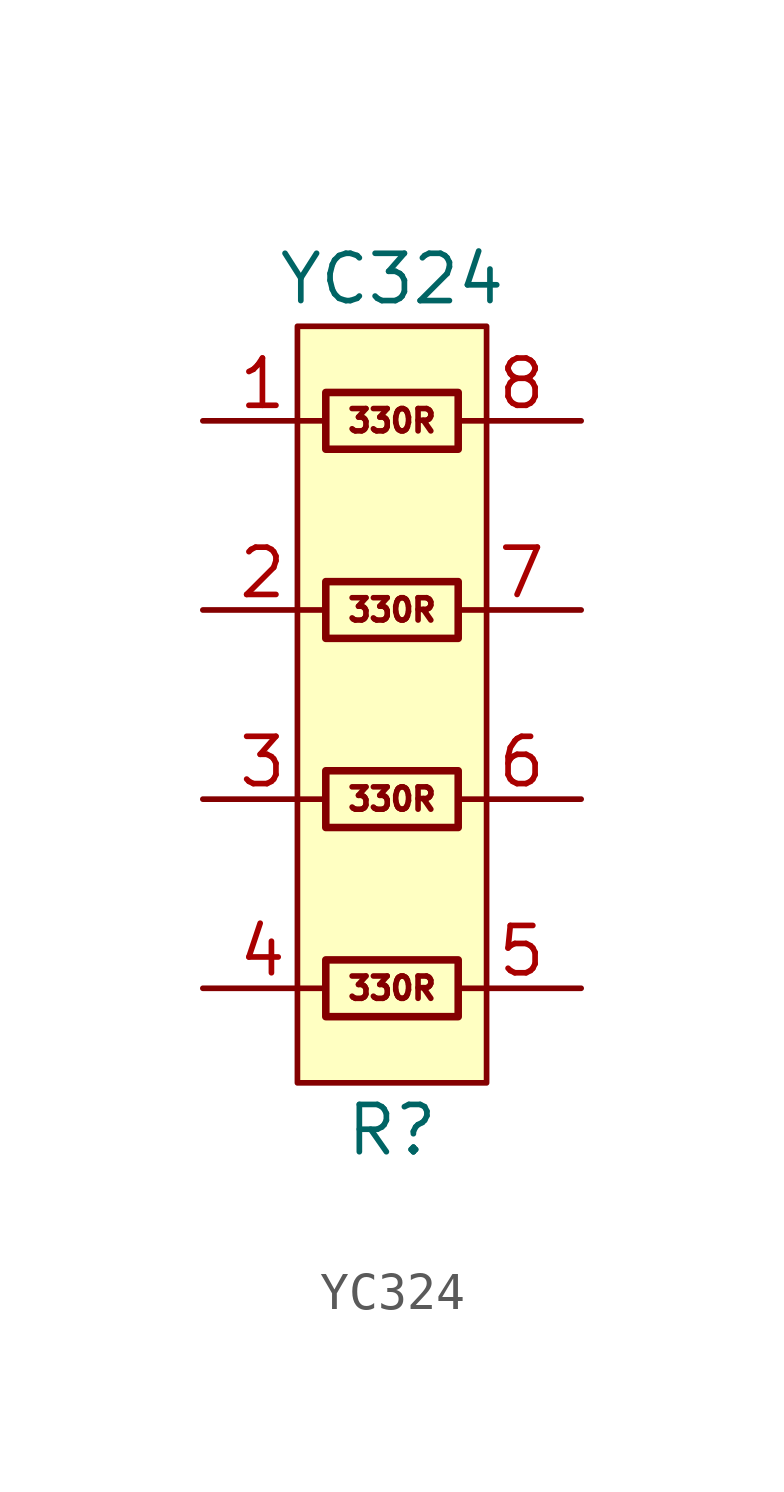
<source format=kicad_sym>
(kicad_symbol_lib
  (version 20211014)
  (generator kicad_symbol_editor)
  (symbol "YC324"
    (property "Reference" "R"
      (at 2.54 -19.05 0)
      (effects (font (size 1.27 1.27))))
    (property "Value" "YC324"
      (at 2.54 3.81 0)
      (effects (font (size 1.27 1.27))))
    (symbol "YC324_0_0"
      (text "330R" (at 2.54 -15.24 0) (effects (font (size 0.6 0.6))))
      (text "330R" (at 2.54 -10.16 0) (effects (font (size 0.6 0.6))))
      (text "330R" (at 2.54 -5.08 0) (effects (font (size 0.6 0.6))))
      (text "330R" (at 2.54 0 0) (effects (font (size 0.6 0.6)))))
    (symbol "YC324_0_1"
      (rectangle (start 0 2.54) (end 5.08 -17.78) (stroke (width 0) (type default) (color 0 0 0 0)) (fill (type background)))
      (rectangle (start 0.762 -16.002) (end 4.318 -14.478) (stroke (width 0.203) (type default) (color 0 0 0 0)) (fill (type none)))
      (rectangle (start 0.762 -10.922) (end 4.318 -9.398) (stroke (width 0.203) (type default) (color 0 0 0 0)) (fill (type none)))
      (rectangle (start 0.762 -5.842) (end 4.318 -4.318) (stroke (width 0.203) (type default) (color 0 0 0 0)) (fill (type none)))
      (rectangle (start 0.762 -0.762) (end 4.318 0.762) (stroke (width 0.203) (type default) (color 0 0 0 0)) (fill (type none))))
    (symbol "YC324_1_1"
      (pin passive line (at -2.54 0 0) (length 3.2) (name "~" (effects (font (size 1.27 1.27)))) (number "1" (effects (font (size 1.27 1.27)))))
      (pin passive line (at -2.54 -5.08 0) (length 3.2) (name "~" (effects (font (size 1.27 1.27)))) (number "2" (effects (font (size 1.27 1.27)))))
      (pin passive line (at -2.54 -10.16 0) (length 3.2) (name "~" (effects (font (size 1.27 1.27)))) (number "3" (effects (font (size 1.27 1.27)))))
      (pin passive line (at -2.54 -15.24 0) (length 3.2) (name "~" (effects (font (size 1.27 1.27)))) (number "4" (effects (font (size 1.27 1.27)))))
      (pin passive line (at 7.62 -15.24 180) (length 3.2) (name "~" (effects (font (size 1.27 1.27)))) (number "5" (effects (font (size 1.27 1.27)))))
      (pin passive line (at 7.62 -10.16 180) (length 3.2) (name "~" (effects (font (size 1.27 1.27)))) (number "6" (effects (font (size 1.27 1.27)))))
      (pin passive line (at 7.62 -5.08 180) (length 3.2) (name "~" (effects (font (size 1.27 1.27)))) (number "7" (effects (font (size 1.27 1.27)))))
      (pin passive line (at 7.62 0 180) (length 3.2) (name "~" (effects (font (size 1.27 1.27)))) (number "8" (effects (font (size 1.27 1.27))))))))
</source>
